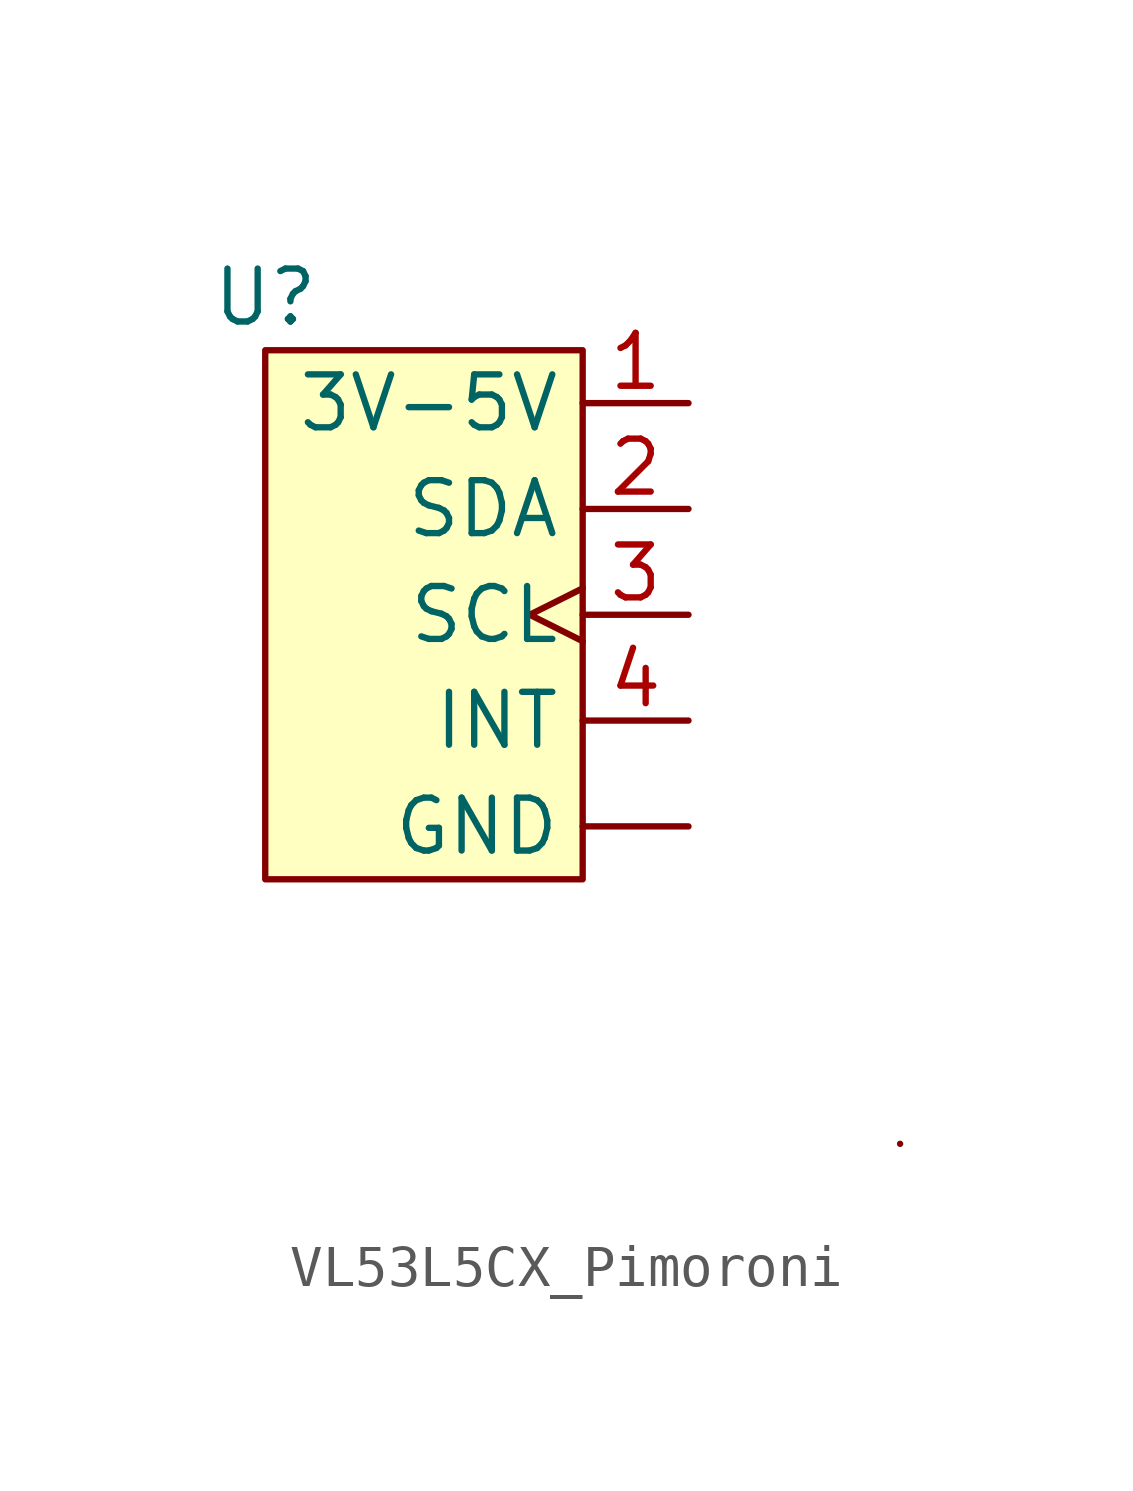
<source format=kicad_sym>
(kicad_symbol_lib
  (version 20220914)
  (generator kicad_symbol_editor)
  (symbol "VL53L5CX_Pimoroni"
    (property "Reference" "U"
      (at 0 0 0)
      (effects (font (size 1.27 1.27))))
    (property "Value" ""
      (at 0 0 0)
      (effects (font (size 1.27 1.27))))
    (symbol "VL53L5CX_Pimoroni_0_1"
      (rectangle (start 0 -1.27) (end 7.62 -13.97) (stroke (width 0) (type default)) (fill (type background)))
      (rectangle (start 15.24 -20.32) (end 15.24 -20.32) (stroke (width 0) (type default)) (fill (type none))))
    (symbol "VL53L5CX_Pimoroni_1_1"
      (pin output line (at 10.16 -12.7 180) (length 2.54) (name "GND" (effects (font (size 1.27 1.27)))) (number "" (effects (font (size 1.27 1.27)))))
      (pin power_in line (at 10.16 -2.54 180) (length 2.54) (name "3V-5V" (effects (font (size 1.27 1.27)))) (number "1" (effects (font (size 1.27 1.27)))))
      (pin input line (at 10.16 -5.08 180) (length 2.54) (name "SDA" (effects (font (size 1.27 1.27)))) (number "2" (effects (font (size 1.27 1.27)))))
      (pin input clock (at 10.16 -7.62 180) (length 2.54) (name "SCL" (effects (font (size 1.27 1.27)))) (number "3" (effects (font (size 1.27 1.27)))))
      (pin input line (at 10.16 -10.16 180) (length 2.54) (name "INT" (effects (font (size 1.27 1.27)))) (number "4" (effects (font (size 1.27 1.27))))))))
</source>
